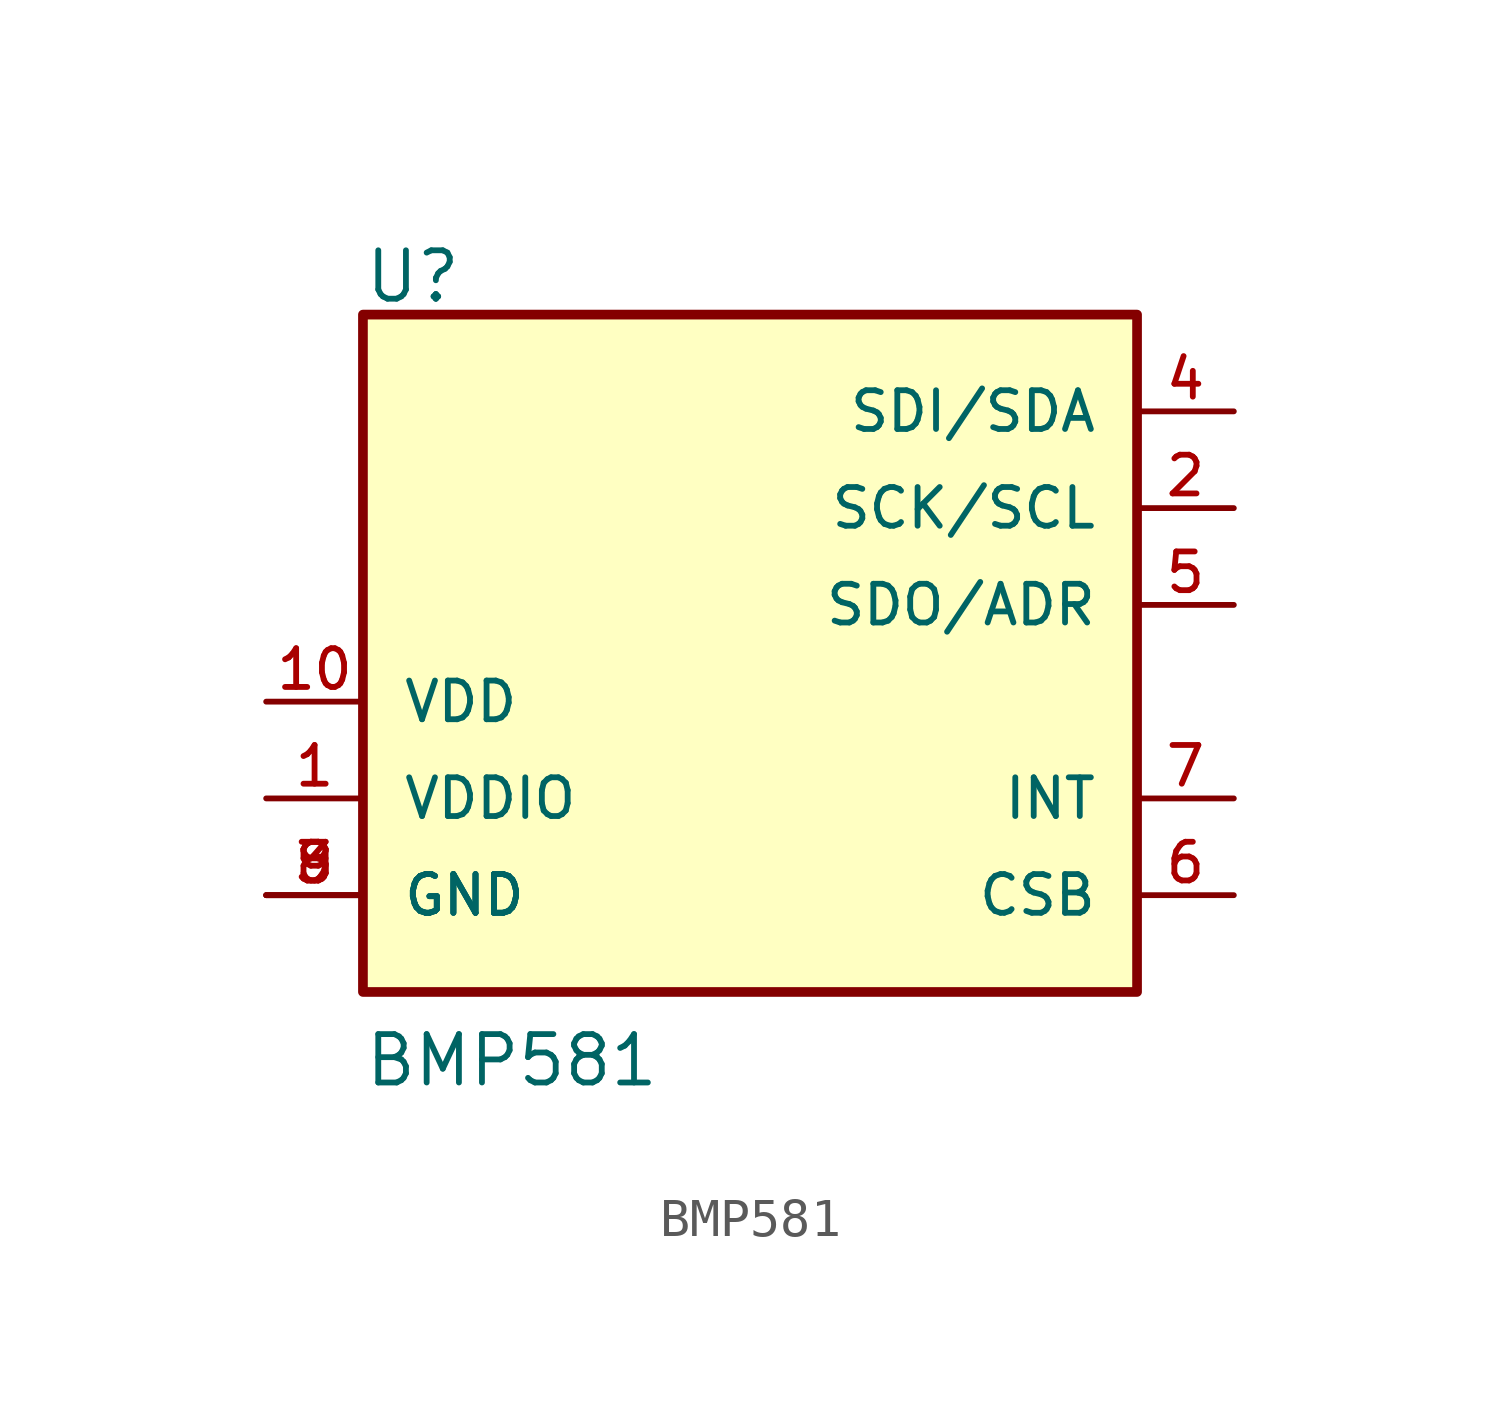
<source format=kicad_sym>
(kicad_symbol_lib
  (version 20211014)
  (generator kicad_symbol_editor)
  (symbol "BMP581"
    (pin_names
      (offset 1.016))
    (property "Reference" "U"
      (at -10.16 10.414 0)
      (effects (font (size 1.27 1.27)) (justify bottom left)))
    (property "Value" "BMP581"
      (at -10.16 -10.16 0)
      (effects (font (size 1.27 1.27)) (justify bottom left)))
    (symbol "BMP581_0_0"
      (rectangle (start -10.16 -7.62) (end 10.16 10.16) (stroke (width 0.254)) (fill (type background)))
      (pin bidirectional line (at 12.7 7.62 180.0) (length 2.54) (name "SDI/SDA" (effects (font (size 1.016 1.016)))) (number "4" (effects (font (size 1.016 1.016)))))
      (pin power_in line (at -12.7 0.0 0) (length 2.54) (name "VDD" (effects (font (size 1.016 1.016)))) (number "10" (effects (font (size 1.016 1.016)))))
      (pin power_in line (at -12.7 -5.08 0) (length 2.54) (name "GND" (effects (font (size 1.016 1.016)))) (number "3" (effects (font (size 1.016 1.016)))))
      (pin power_in line (at -12.7 -5.08 0) (length 2.54) (name "GND" (effects (font (size 1.016 1.016)))) (number "8" (effects (font (size 1.016 1.016)))))
      (pin power_in line (at -12.7 -5.08 0) (length 2.54) (name "GND" (effects (font (size 1.016 1.016)))) (number "9" (effects (font (size 1.016 1.016)))))
      (pin bidirectional line (at 12.7 5.08 180.0) (length 2.54) (name "SCK/SCL" (effects (font (size 1.016 1.016)))) (number "2" (effects (font (size 1.016 1.016)))))
      (pin bidirectional line (at 12.7 2.54 180.0) (length 2.54) (name "SDO/ADR" (effects (font (size 1.016 1.016)))) (number "5" (effects (font (size 1.016 1.016)))))
      (pin input line (at 12.7 -5.08 180.0) (length 2.54) (name "CSB" (effects (font (size 1.016 1.016)))) (number "6" (effects (font (size 1.016 1.016)))))
      (pin output line (at 12.7 -2.54 180.0) (length 2.54) (name "INT" (effects (font (size 1.016 1.016)))) (number "7" (effects (font (size 1.016 1.016)))))
      (pin power_in line (at -12.7 -2.54 0) (length 2.54) (name "VDDIO" (effects (font (size 1.016 1.016)))) (number "1" (effects (font (size 1.016 1.016))))))))
</source>
